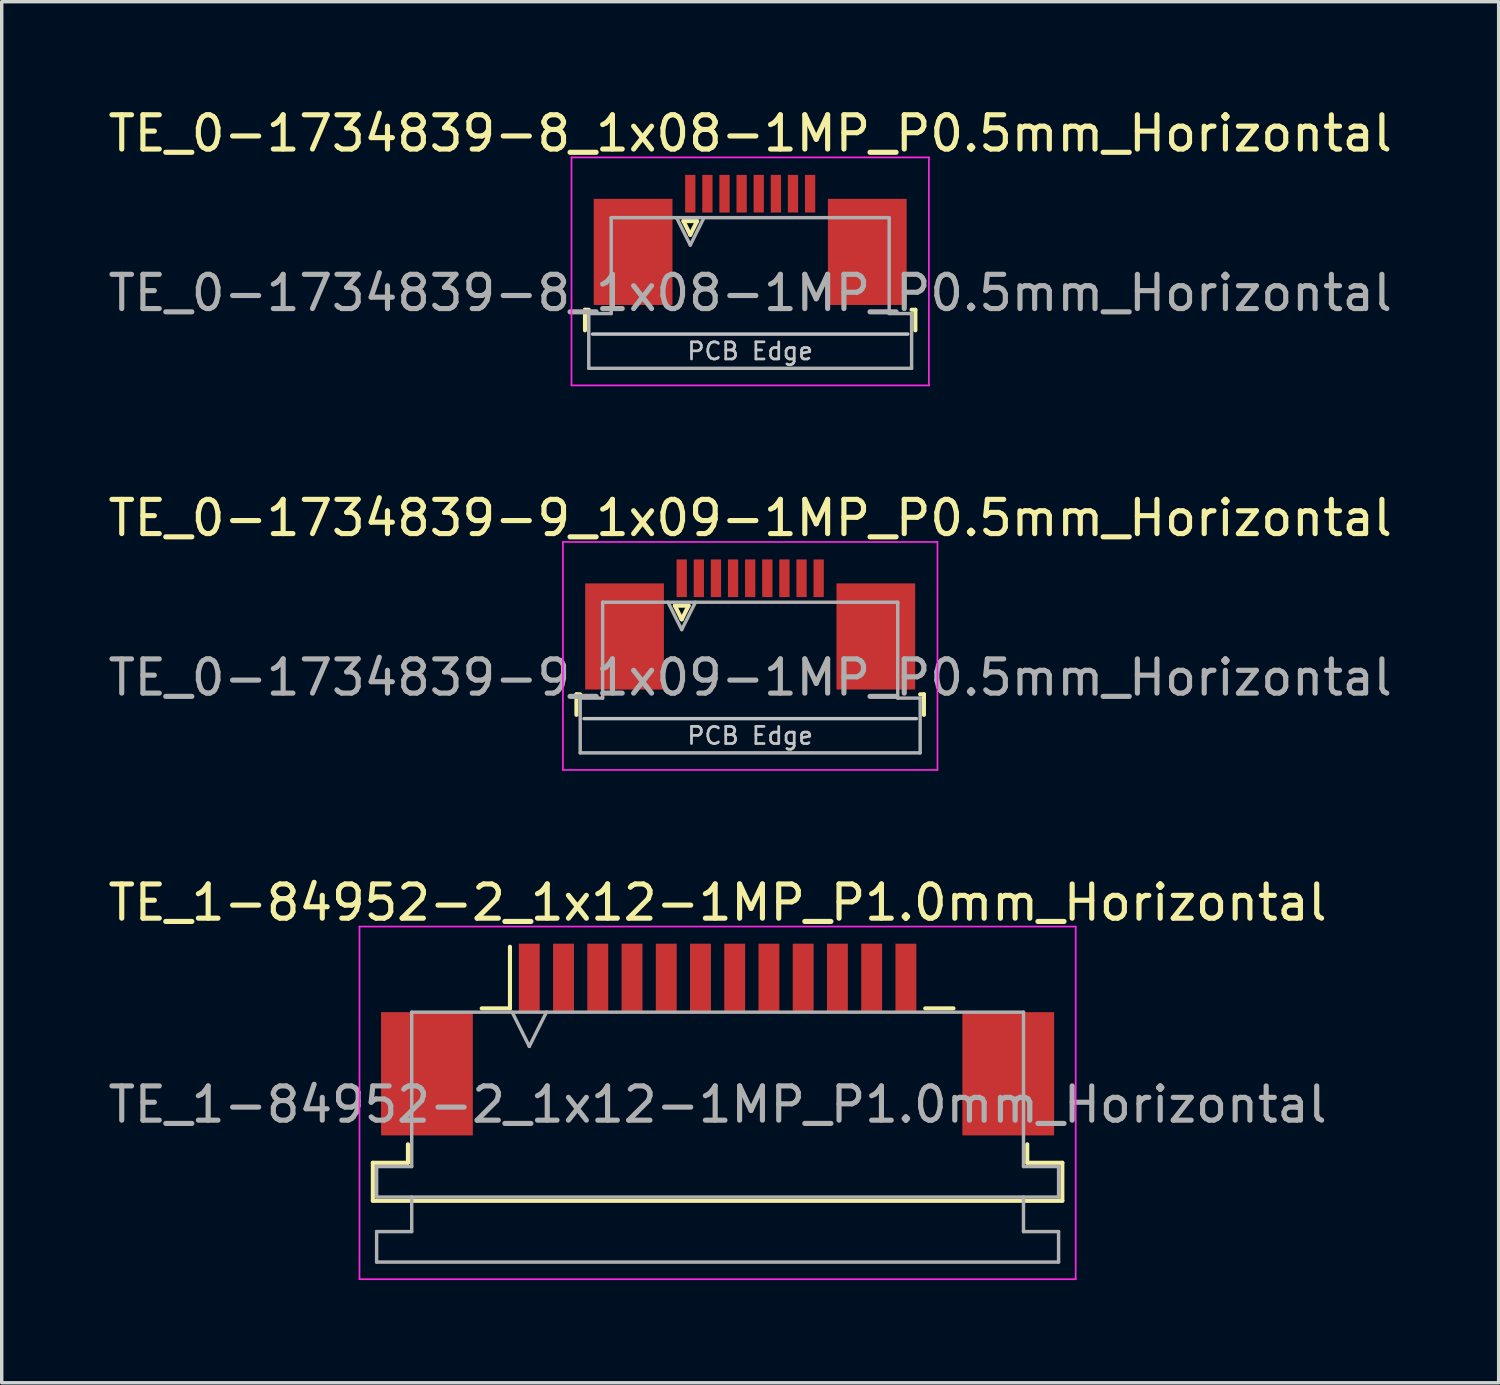
<source format=kicad_pcb>
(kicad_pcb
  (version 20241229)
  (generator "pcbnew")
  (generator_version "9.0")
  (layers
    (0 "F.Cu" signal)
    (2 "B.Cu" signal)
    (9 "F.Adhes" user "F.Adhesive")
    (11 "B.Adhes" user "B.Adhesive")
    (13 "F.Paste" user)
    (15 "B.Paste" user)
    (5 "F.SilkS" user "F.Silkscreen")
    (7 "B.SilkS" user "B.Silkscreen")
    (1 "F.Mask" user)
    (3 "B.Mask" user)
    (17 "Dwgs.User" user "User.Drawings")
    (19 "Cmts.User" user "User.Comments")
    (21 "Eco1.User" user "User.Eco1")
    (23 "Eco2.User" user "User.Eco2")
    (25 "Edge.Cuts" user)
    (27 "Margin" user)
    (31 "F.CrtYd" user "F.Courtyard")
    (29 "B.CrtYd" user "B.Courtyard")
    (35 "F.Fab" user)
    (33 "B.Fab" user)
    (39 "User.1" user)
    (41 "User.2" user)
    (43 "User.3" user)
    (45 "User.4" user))
  (footprint "TE_0-1734839-8_1x08-1MP_P0.5mm_Horizontal"
    (layer "F.Cu")
    (at 18.863 3.958)
    (property "Reference" "TE_0-1734839-8_1x08-1MP_P0.5mm_Horizontal" (at 0 -3.11 0) (layer "F.SilkS") (effects (font (size 1 1) (thickness 0.15))))
    (attr smd)
    (fp_line (start -4.825 2.04) (end -4.825 2.64) (stroke (width 0.12) (type solid)) (layer "F.SilkS"))
    (fp_line (start -4.715 2.04) (end -4.825 2.04) (stroke (width 0.12) (type solid)) (layer "F.SilkS"))
    (fp_line (start -1.95 -0.55) (end -1.75 -0.15) (stroke (width 0.12) (type solid)) (layer "F.SilkS"))
    (fp_line (start -1.75 -0.15) (end -1.55 -0.55) (stroke (width 0.12) (type solid)) (layer "F.SilkS"))
    (fp_line (start -1.55 -0.55) (end -1.95 -0.55) (stroke (width 0.12) (type solid)) (layer "F.SilkS"))
    (fp_line (start 4.715 2.04) (end 4.825 2.04) (stroke (width 0.12) (type solid)) (layer "F.SilkS"))
    (fp_line (start 4.825 2.04) (end 4.825 2.64) (stroke (width 0.12) (type solid)) (layer "F.SilkS"))
    (fp_line (start 4.605 2.75) (end -4.605 2.75) (stroke (width 0.1) (type solid)) (layer "Dwgs.User"))
    (fp_line (start -5.22 -2.41) (end -5.22 4.25) (stroke (width 0.05) (type solid)) (layer "F.CrtYd"))
    (fp_line (start -5.22 4.25) (end 5.22 4.25) (stroke (width 0.05) (type solid)) (layer "F.CrtYd"))
    (fp_line (start 5.22 -2.41) (end -5.22 -2.41) (stroke (width 0.05) (type solid)) (layer "F.CrtYd"))
    (fp_line (start 5.22 4.25) (end 5.22 -2.41) (stroke (width 0.05) (type solid)) (layer "F.CrtYd"))
    (fp_line (start -4.715 2.15) (end -4.06 2.15) (stroke (width 0.1) (type solid)) (layer "F.Fab"))
    (fp_line (start -4.715 3.75) (end -4.715 2.15) (stroke (width 0.1) (type solid)) (layer "F.Fab"))
    (fp_line (start -4.06 -0.65) (end 4.06 -0.65) (stroke (width 0.1) (type solid)) (layer "F.Fab"))
    (fp_line (start -4.06 2.15) (end -4.06 -0.65) (stroke (width 0.1) (type solid)) (layer "F.Fab"))
    (fp_line (start -2.15 -0.65) (end -1.75 0.15) (stroke (width 0.1) (type solid)) (layer "F.Fab"))
    (fp_line (start -1.75 0.15) (end -1.35 -0.65) (stroke (width 0.1) (type solid)) (layer "F.Fab"))
    (fp_line (start 4.06 -0.65) (end 4.06 2.15) (stroke (width 0.1) (type solid)) (layer "F.Fab"))
    (fp_line (start 4.06 2.15) (end 4.715 2.15) (stroke (width 0.1) (type solid)) (layer "F.Fab"))
    (fp_line (start 4.715 2.15) (end 4.715 3.75) (stroke (width 0.1) (type solid)) (layer "F.Fab"))
    (fp_line (start 4.715 3.75) (end -4.715 3.75) (stroke (width 0.1) (type solid)) (layer "F.Fab"))
    (fp_text user "PCB Edge" (at 0 3.25 0) (layer "Dwgs.User") (effects (font (size 0.5 0.5) (thickness 0.08))))
    (fp_text user "${REFERENCE}" (at 0 1.55 0) (layer "F.Fab") (effects (font (size 1 1) (thickness 0.15))))
    (pad "1" smd rect (at -1.75 -1.35) (size 0.3 1.1) (layers "F.Cu" "F.Mask" "F.Paste"))
    (pad "2" smd rect (at -1.25 -1.35) (size 0.3 1.1) (layers "F.Cu" "F.Mask" "F.Paste"))
    (pad "3" smd rect (at -0.75 -1.35) (size 0.3 1.1) (layers "F.Cu" "F.Mask" "F.Paste"))
    (pad "4" smd rect (at -0.25 -1.35) (size 0.3 1.1) (layers "F.Cu" "F.Mask" "F.Paste"))
    (pad "5" smd rect (at 0.25 -1.35) (size 0.3 1.1) (layers "F.Cu" "F.Mask" "F.Paste"))
    (pad "6" smd rect (at 0.75 -1.35) (size 0.3 1.1) (layers "F.Cu" "F.Mask" "F.Paste"))
    (pad "7" smd rect (at 1.25 -1.35) (size 0.3 1.1) (layers "F.Cu" "F.Mask" "F.Paste"))
    (pad "8" smd rect (at 1.75 -1.35) (size 0.3 1.1) (layers "F.Cu" "F.Mask" "F.Paste"))
    (pad "MP" smd rect (at -3.42 0.35) (size 2.3 3.1) (layers "F.Cu" "F.Mask" "F.Paste"))
    (pad "MP" smd rect (at 3.42 0.35) (size 2.3 3.1) (layers "F.Cu" "F.Mask" "F.Paste")))
  (footprint "TE_1-84952-2_1x12-1MP_P1.0mm_Horizontal"
    (layer "F.Cu")
    (at 17.911 27.315)
    (property "Reference" "TE_1-84952-2_1x12-1MP_P1.0mm_Horizontal" (at 0 -4 0) (layer "F.SilkS") (effects (font (size 1 1) (thickness 0.15))))
    (attr smd)
    (fp_line (start -10.07 3.6) (end -9.045 3.6) (stroke (width 0.12) (type solid)) (layer "F.SilkS"))
    (fp_line (start -10.07 4.71) (end -10.07 3.6) (stroke (width 0.12) (type solid)) (layer "F.SilkS"))
    (fp_line (start -9.045 3.6) (end -9.045 3.06) (stroke (width 0.12) (type solid)) (layer "F.SilkS"))
    (fp_line (start -6.89 -0.91) (end -6.065 -0.91) (stroke (width 0.12) (type solid)) (layer "F.SilkS"))
    (fp_line (start -6.065 -0.91) (end -6.065 -2.71) (stroke (width 0.12) (type solid)) (layer "F.SilkS"))
    (fp_line (start 6.065 -0.91) (end 6.89 -0.91) (stroke (width 0.12) (type solid)) (layer "F.SilkS"))
    (fp_line (start 9.045 3.06) (end 9.045 3.6) (stroke (width 0.12) (type solid)) (layer "F.SilkS"))
    (fp_line (start 9.045 3.6) (end 10.07 3.6) (stroke (width 0.12) (type solid)) (layer "F.SilkS"))
    (fp_line (start 10.07 3.6) (end 10.07 4.71) (stroke (width 0.12) (type solid)) (layer "F.SilkS"))
    (fp_line (start 10.07 4.71) (end -10.07 4.71) (stroke (width 0.12) (type solid)) (layer "F.SilkS"))
    (fp_line (start -10.46 -3.3) (end -10.46 7) (stroke (width 0.05) (type solid)) (layer "F.CrtYd"))
    (fp_line (start -10.46 7) (end 10.46 7) (stroke (width 0.05) (type solid)) (layer "F.CrtYd"))
    (fp_line (start 10.46 -3.3) (end -10.46 -3.3) (stroke (width 0.05) (type solid)) (layer "F.CrtYd"))
    (fp_line (start 10.46 7) (end 10.46 -3.3) (stroke (width 0.05) (type solid)) (layer "F.CrtYd"))
    (fp_line (start -9.96 3.71) (end -8.935 3.71) (stroke (width 0.1) (type solid)) (layer "F.Fab"))
    (fp_line (start -9.96 4.6) (end -9.96 3.71) (stroke (width 0.1) (type solid)) (layer "F.Fab"))
    (fp_line (start -9.96 5.61) (end -8.935 5.61) (stroke (width 0.1) (type solid)) (layer "F.Fab"))
    (fp_line (start -9.96 6.5) (end -9.96 5.61) (stroke (width 0.1) (type solid)) (layer "F.Fab"))
    (fp_line (start -8.935 -0.8) (end 8.935 -0.8) (stroke (width 0.1) (type solid)) (layer "F.Fab"))
    (fp_line (start -8.935 3.71) (end -8.935 -0.8) (stroke (width 0.1) (type solid)) (layer "F.Fab"))
    (fp_line (start -8.935 5.61) (end -8.935 4.6) (stroke (width 0.1) (type solid)) (layer "F.Fab"))
    (fp_line (start -6 -0.8) (end -5.5 0.2) (stroke (width 0.1) (type solid)) (layer "F.Fab"))
    (fp_line (start -5.5 0.2) (end -5 -0.8) (stroke (width 0.1) (type solid)) (layer "F.Fab"))
    (fp_line (start 8.935 -0.8) (end 8.935 3.71) (stroke (width 0.1) (type solid)) (layer "F.Fab"))
    (fp_line (start 8.935 3.71) (end 9.96 3.71) (stroke (width 0.1) (type solid)) (layer "F.Fab"))
    (fp_line (start 8.935 4.6) (end 8.935 5.61) (stroke (width 0.1) (type solid)) (layer "F.Fab"))
    (fp_line (start 8.935 5.61) (end 9.96 5.61) (stroke (width 0.1) (type solid)) (layer "F.Fab"))
    (fp_line (start 9.96 3.71) (end 9.96 4.6) (stroke (width 0.1) (type solid)) (layer "F.Fab"))
    (fp_line (start 9.96 4.6) (end -9.96 4.6) (stroke (width 0.1) (type solid)) (layer "F.Fab"))
    (fp_line (start 9.96 5.61) (end 9.96 6.5) (stroke (width 0.1) (type solid)) (layer "F.Fab"))
    (fp_line (start 9.96 6.5) (end -9.96 6.5) (stroke (width 0.1) (type solid)) (layer "F.Fab"))
    (fp_text user "${REFERENCE}" (at 0 1.9 0) (layer "F.Fab") (effects (font (size 1 1) (thickness 0.15))))
    (pad "1" smd rect (at -5.5 -1.8) (size 0.61 2) (layers "F.Cu" "F.Mask" "F.Paste"))
    (pad "2" smd rect (at -4.5 -1.8) (size 0.61 2) (layers "F.Cu" "F.Mask" "F.Paste"))
    (pad "3" smd rect (at -3.5 -1.8) (size 0.61 2) (layers "F.Cu" "F.Mask" "F.Paste"))
    (pad "4" smd rect (at -2.5 -1.8) (size 0.61 2) (layers "F.Cu" "F.Mask" "F.Paste"))
    (pad "5" smd rect (at -1.5 -1.8) (size 0.61 2) (layers "F.Cu" "F.Mask" "F.Paste"))
    (pad "6" smd rect (at -0.5 -1.8) (size 0.61 2) (layers "F.Cu" "F.Mask" "F.Paste"))
    (pad "7" smd rect (at 0.5 -1.8) (size 0.61 2) (layers "F.Cu" "F.Mask" "F.Paste"))
    (pad "8" smd rect (at 1.5 -1.8) (size 0.61 2) (layers "F.Cu" "F.Mask" "F.Paste"))
    (pad "9" smd rect (at 2.5 -1.8) (size 0.61 2) (layers "F.Cu" "F.Mask" "F.Paste"))
    (pad "10" smd rect (at 3.5 -1.8) (size 0.61 2) (layers "F.Cu" "F.Mask" "F.Paste"))
    (pad "11" smd rect (at 4.5 -1.8) (size 0.61 2) (layers "F.Cu" "F.Mask" "F.Paste"))
    (pad "12" smd rect (at 5.5 -1.8) (size 0.61 2) (layers "F.Cu" "F.Mask" "F.Paste"))
    (pad "MP" smd rect (at -8.49 1) (size 2.68 3.6) (layers "F.Cu" "F.Mask" "F.Paste"))
    (pad "MP" smd rect (at 8.49 1) (size 2.68 3.6) (layers "F.Cu" "F.Mask" "F.Paste")))
  (footprint "TE_0-1734839-9_1x09-1MP_P0.5mm_Horizontal"
    (layer "F.Cu")
    (at 18.863 15.191)
    (property "Reference" "TE_0-1734839-9_1x09-1MP_P0.5mm_Horizontal" (at 0 -3.11 0) (layer "F.SilkS") (effects (font (size 1 1) (thickness 0.15))))
    (attr smd)
    (fp_line (start -5.075 2.04) (end -5.075 2.64) (stroke (width 0.12) (type solid)) (layer "F.SilkS"))
    (fp_line (start -4.965 2.04) (end -5.075 2.04) (stroke (width 0.12) (type solid)) (layer "F.SilkS"))
    (fp_line (start -2.2 -0.55) (end -2 -0.15) (stroke (width 0.12) (type solid)) (layer "F.SilkS"))
    (fp_line (start -2 -0.15) (end -1.8 -0.55) (stroke (width 0.12) (type solid)) (layer "F.SilkS"))
    (fp_line (start -1.8 -0.55) (end -2.2 -0.55) (stroke (width 0.12) (type solid)) (layer "F.SilkS"))
    (fp_line (start 4.965 2.04) (end 5.075 2.04) (stroke (width 0.12) (type solid)) (layer "F.SilkS"))
    (fp_line (start 5.075 2.04) (end 5.075 2.64) (stroke (width 0.12) (type solid)) (layer "F.SilkS"))
    (fp_line (start 4.855 2.75) (end -4.855 2.75) (stroke (width 0.1) (type solid)) (layer "Dwgs.User"))
    (fp_line (start -5.47 -2.41) (end -5.47 4.25) (stroke (width 0.05) (type solid)) (layer "F.CrtYd"))
    (fp_line (start -5.47 4.25) (end 5.47 4.25) (stroke (width 0.05) (type solid)) (layer "F.CrtYd"))
    (fp_line (start 5.47 -2.41) (end -5.47 -2.41) (stroke (width 0.05) (type solid)) (layer "F.CrtYd"))
    (fp_line (start 5.47 4.25) (end 5.47 -2.41) (stroke (width 0.05) (type solid)) (layer "F.CrtYd"))
    (fp_line (start -4.965 2.15) (end -4.31 2.15) (stroke (width 0.1) (type solid)) (layer "F.Fab"))
    (fp_line (start -4.965 3.75) (end -4.965 2.15) (stroke (width 0.1) (type solid)) (layer "F.Fab"))
    (fp_line (start -4.31 -0.65) (end 4.31 -0.65) (stroke (width 0.1) (type solid)) (layer "F.Fab"))
    (fp_line (start -4.31 2.15) (end -4.31 -0.65) (stroke (width 0.1) (type solid)) (layer "F.Fab"))
    (fp_line (start -2.4 -0.65) (end -2 0.15) (stroke (width 0.1) (type solid)) (layer "F.Fab"))
    (fp_line (start -2 0.15) (end -1.6 -0.65) (stroke (width 0.1) (type solid)) (layer "F.Fab"))
    (fp_line (start 4.31 -0.65) (end 4.31 2.15) (stroke (width 0.1) (type solid)) (layer "F.Fab"))
    (fp_line (start 4.31 2.15) (end 4.965 2.15) (stroke (width 0.1) (type solid)) (layer "F.Fab"))
    (fp_line (start 4.965 2.15) (end 4.965 3.75) (stroke (width 0.1) (type solid)) (layer "F.Fab"))
    (fp_line (start 4.965 3.75) (end -4.965 3.75) (stroke (width 0.1) (type solid)) (layer "F.Fab"))
    (fp_text user "PCB Edge" (at 0 3.25 0) (layer "Dwgs.User") (effects (font (size 0.5 0.5) (thickness 0.08))))
    (fp_text user "${REFERENCE}" (at 0 1.55 0) (layer "F.Fab") (effects (font (size 1 1) (thickness 0.15))))
    (pad "1" smd rect (at -2 -1.35) (size 0.3 1.1) (layers "F.Cu" "F.Mask" "F.Paste"))
    (pad "2" smd rect (at -1.5 -1.35) (size 0.3 1.1) (layers "F.Cu" "F.Mask" "F.Paste"))
    (pad "3" smd rect (at -1 -1.35) (size 0.3 1.1) (layers "F.Cu" "F.Mask" "F.Paste"))
    (pad "4" smd rect (at -0.5 -1.35) (size 0.3 1.1) (layers "F.Cu" "F.Mask" "F.Paste"))
    (pad "5" smd rect (at 0 -1.35) (size 0.3 1.1) (layers "F.Cu" "F.Mask" "F.Paste"))
    (pad "6" smd rect (at 0.5 -1.35) (size 0.3 1.1) (layers "F.Cu" "F.Mask" "F.Paste"))
    (pad "7" smd rect (at 1 -1.35) (size 0.3 1.1) (layers "F.Cu" "F.Mask" "F.Paste"))
    (pad "8" smd rect (at 1.5 -1.35) (size 0.3 1.1) (layers "F.Cu" "F.Mask" "F.Paste"))
    (pad "9" smd rect (at 2 -1.35) (size 0.3 1.1) (layers "F.Cu" "F.Mask" "F.Paste"))
    (pad "MP" smd rect (at -3.67 0.35) (size 2.3 3.1) (layers "F.Cu" "F.Mask" "F.Paste"))
    (pad "MP" smd rect (at 3.67 0.35) (size 2.3 3.1) (layers "F.Cu" "F.Mask" "F.Paste")))
  (gr_rect
    (start -3 -3)
    (end 40.726 37.34)
    (stroke (width 0.1) (type default))
    (fill no)
    (layer "Edge.Cuts")))
</source>
